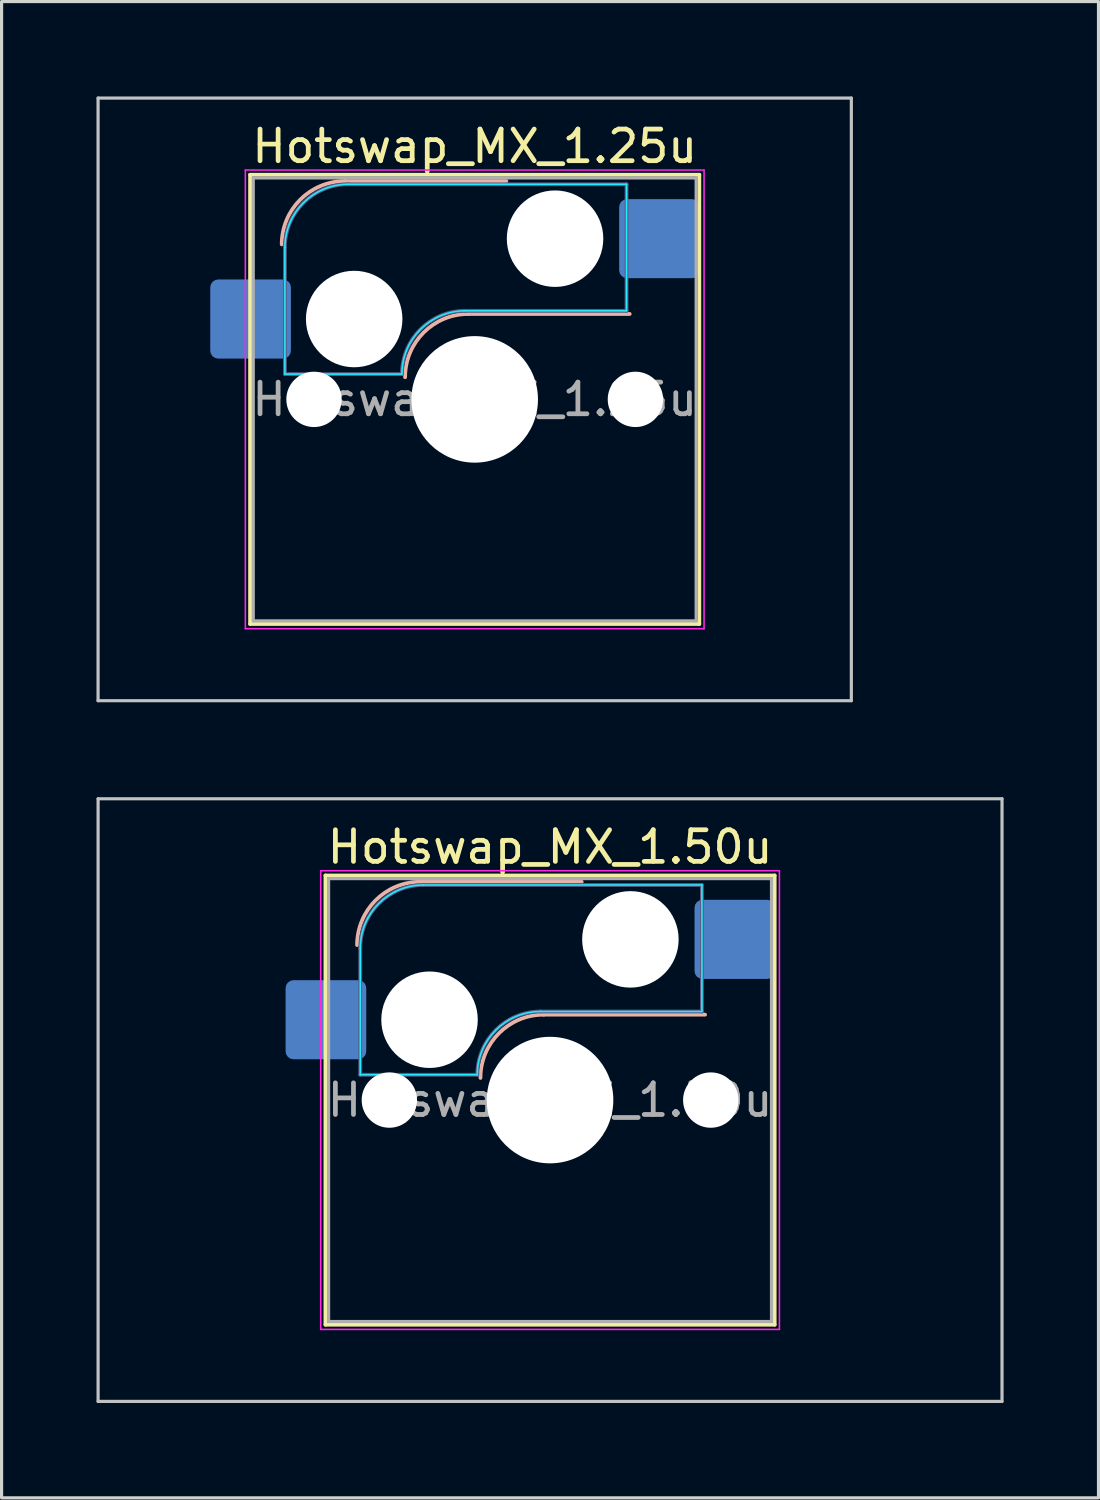
<source format=kicad_pcb>
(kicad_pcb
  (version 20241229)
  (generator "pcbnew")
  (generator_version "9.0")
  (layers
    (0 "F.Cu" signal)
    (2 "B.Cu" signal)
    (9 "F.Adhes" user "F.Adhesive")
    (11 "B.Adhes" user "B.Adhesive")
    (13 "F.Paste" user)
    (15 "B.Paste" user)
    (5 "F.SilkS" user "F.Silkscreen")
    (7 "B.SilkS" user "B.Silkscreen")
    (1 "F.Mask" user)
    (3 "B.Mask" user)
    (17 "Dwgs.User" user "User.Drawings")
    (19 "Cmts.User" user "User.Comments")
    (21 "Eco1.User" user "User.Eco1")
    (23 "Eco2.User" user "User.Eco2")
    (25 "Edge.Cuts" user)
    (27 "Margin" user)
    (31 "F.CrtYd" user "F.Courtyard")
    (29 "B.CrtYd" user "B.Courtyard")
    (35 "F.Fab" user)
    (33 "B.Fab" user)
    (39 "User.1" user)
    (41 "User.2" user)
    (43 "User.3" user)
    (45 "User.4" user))
  (footprint "Hotswap_MX_1.50u"
    (layer "F.Cu")
    (at 14.338 31.725)
    (property "Reference" "Hotswap_MX_1.50u" (at 0 -8 0) (layer "F.SilkS") (effects (font (size 1 1) (thickness 0.15))))
    (attr smd)
    (fp_line (start -7.1 -7.1) (end -7.1 7.1) (stroke (width 0.12) (type solid)) (layer "F.SilkS"))
    (fp_line (start -7.1 7.1) (end 7.1 7.1) (stroke (width 0.12) (type solid)) (layer "F.SilkS"))
    (fp_line (start 7.1 -7.1) (end -7.1 -7.1) (stroke (width 0.12) (type solid)) (layer "F.SilkS"))
    (fp_line (start 7.1 7.1) (end 7.1 -7.1) (stroke (width 0.12) (type solid)) (layer "F.SilkS"))
    (fp_line (start -4.1 -6.9) (end 1 -6.9) (stroke (width 0.12) (type solid)) (layer "B.SilkS"))
    (fp_line (start -0.2 -2.7) (end 4.9 -2.7) (stroke (width 0.12) (type solid)) (layer "B.SilkS"))
    (fp_arc (start -6.1 -4.9) (mid -5.514214 -6.314214) (end -4.1 -6.9) (stroke (width 0.12) (type solid)) (layer "B.SilkS"))
    (fp_arc (start -2.2 -0.7) (mid -1.614214 -2.114214) (end -0.2 -2.7) (stroke (width 0.12) (type solid)) (layer "B.SilkS"))
    (fp_line (start -14.287 -9.525) (end -14.287 9.525) (stroke (width 0.1) (type solid)) (layer "Dwgs.User"))
    (fp_line (start -14.287 9.525) (end 14.287 9.525) (stroke (width 0.1) (type solid)) (layer "Dwgs.User"))
    (fp_line (start 14.287 -9.525) (end -14.287 -9.525) (stroke (width 0.1) (type solid)) (layer "Dwgs.User"))
    (fp_line (start 14.287 9.525) (end 14.287 -9.525) (stroke (width 0.1) (type solid)) (layer "Dwgs.User"))
    (fp_line (start -7.8 -6) (end -7 -6) (stroke (width 0.1) (type solid)) (layer "Eco1.User"))
    (fp_line (start -7.8 -2.9) (end -7.8 -6) (stroke (width 0.1) (type solid)) (layer "Eco1.User"))
    (fp_line (start -7.8 2.9) (end -7 2.9) (stroke (width 0.1) (type solid)) (layer "Eco1.User"))
    (fp_line (start -7.8 6) (end -7.8 2.9) (stroke (width 0.1) (type solid)) (layer "Eco1.User"))
    (fp_line (start -7 -7) (end 7 -7) (stroke (width 0.1) (type solid)) (layer "Eco1.User"))
    (fp_line (start -7 -6) (end -7 -7) (stroke (width 0.1) (type solid)) (layer "Eco1.User"))
    (fp_line (start -7 -2.9) (end -7.8 -2.9) (stroke (width 0.1) (type solid)) (layer "Eco1.User"))
    (fp_line (start -7 2.9) (end -7 -2.9) (stroke (width 0.1) (type solid)) (layer "Eco1.User"))
    (fp_line (start -7 6) (end -7.8 6) (stroke (width 0.1) (type solid)) (layer "Eco1.User"))
    (fp_line (start -7 7) (end -7 6) (stroke (width 0.1) (type solid)) (layer "Eco1.User"))
    (fp_line (start 7 -7) (end 7 -6) (stroke (width 0.1) (type solid)) (layer "Eco1.User"))
    (fp_line (start 7 -6) (end 7.8 -6) (stroke (width 0.1) (type solid)) (layer "Eco1.User"))
    (fp_line (start 7 -2.9) (end 7 2.9) (stroke (width 0.1) (type solid)) (layer "Eco1.User"))
    (fp_line (start 7 2.9) (end 7.8 2.9) (stroke (width 0.1) (type solid)) (layer "Eco1.User"))
    (fp_line (start 7 6) (end 7 7) (stroke (width 0.1) (type solid)) (layer "Eco1.User"))
    (fp_line (start 7 7) (end -7 7) (stroke (width 0.1) (type solid)) (layer "Eco1.User"))
    (fp_line (start 7.8 -6) (end 7.8 -2.9) (stroke (width 0.1) (type solid)) (layer "Eco1.User"))
    (fp_line (start 7.8 -2.9) (end 7 -2.9) (stroke (width 0.1) (type solid)) (layer "Eco1.User"))
    (fp_line (start 7.8 2.9) (end 7.8 6) (stroke (width 0.1) (type solid)) (layer "Eco1.User"))
    (fp_line (start 7.8 6) (end 7 6) (stroke (width 0.1) (type solid)) (layer "Eco1.User"))
    (fp_line (start -6 -0.8) (end -6 -4.8) (stroke (width 0.05) (type solid)) (layer "B.CrtYd"))
    (fp_line (start -6 -0.8) (end -2.3 -0.8) (stroke (width 0.05) (type solid)) (layer "B.CrtYd"))
    (fp_line (start -4 -6.8) (end 4.8 -6.8) (stroke (width 0.05) (type solid)) (layer "B.CrtYd"))
    (fp_line (start -0.3 -2.8) (end 4.8 -2.8) (stroke (width 0.05) (type solid)) (layer "B.CrtYd"))
    (fp_line (start 4.8 -6.8) (end 4.8 -2.8) (stroke (width 0.05) (type solid)) (layer "B.CrtYd"))
    (fp_arc (start -6 -4.8) (mid -5.414214 -6.214214) (end -4 -6.8) (stroke (width 0.05) (type solid)) (layer "B.CrtYd"))
    (fp_arc (start -2.3 -0.8) (mid -1.714214 -2.214214) (end -0.3 -2.8) (stroke (width 0.05) (type solid)) (layer "B.CrtYd"))
    (fp_line (start -7.25 -7.25) (end -7.25 7.25) (stroke (width 0.05) (type solid)) (layer "F.CrtYd"))
    (fp_line (start -7.25 7.25) (end 7.25 7.25) (stroke (width 0.05) (type solid)) (layer "F.CrtYd"))
    (fp_line (start 7.25 -7.25) (end -7.25 -7.25) (stroke (width 0.05) (type solid)) (layer "F.CrtYd"))
    (fp_line (start 7.25 7.25) (end 7.25 -7.25) (stroke (width 0.05) (type solid)) (layer "F.CrtYd"))
    (fp_line (start -6 -0.8) (end -6 -4.8) (stroke (width 0.12) (type solid)) (layer "B.Fab"))
    (fp_line (start -6 -0.8) (end -2.3 -0.8) (stroke (width 0.12) (type solid)) (layer "B.Fab"))
    (fp_line (start -4 -6.8) (end 4.8 -6.8) (stroke (width 0.12) (type solid)) (layer "B.Fab"))
    (fp_line (start -0.3 -2.8) (end 4.8 -2.8) (stroke (width 0.12) (type solid)) (layer "B.Fab"))
    (fp_line (start 4.8 -6.8) (end 4.8 -2.8) (stroke (width 0.12) (type solid)) (layer "B.Fab"))
    (fp_arc (start -6 -4.8) (mid -5.414214 -6.214214) (end -4 -6.8) (stroke (width 0.12) (type solid)) (layer "B.Fab"))
    (fp_arc (start -2.3 -0.8) (mid -1.714214 -2.214214) (end -0.3 -2.8) (stroke (width 0.12) (type solid)) (layer "B.Fab"))
    (fp_line (start -7 -7) (end -7 7) (stroke (width 0.1) (type solid)) (layer "F.Fab"))
    (fp_line (start -7 7) (end 7 7) (stroke (width 0.1) (type solid)) (layer "F.Fab"))
    (fp_line (start 7 -7) (end -7 -7) (stroke (width 0.1) (type solid)) (layer "F.Fab"))
    (fp_line (start 7 7) (end 7 -7) (stroke (width 0.1) (type solid)) (layer "F.Fab"))
    (fp_text user "${REFERENCE}" (at 0 0 0) (layer "F.Fab") (effects (font (size 1 1) (thickness 0.15))))
    (pad "" np_thru_hole circle (at -5.08 0) (size 1.75 1.75) (drill 1.75) (layers "*.Cu" "*.Mask"))
    (pad "" np_thru_hole circle (at -3.81 -2.54) (size 3.05 3.05) (drill 3.05) (layers "*.Cu" "*.Mask"))
    (pad "" np_thru_hole circle (at 0 0) (size 4 4) (drill 4) (layers "*.Cu" "*.Mask"))
    (pad "" np_thru_hole circle (at 2.54 -5.08) (size 3.05 3.05) (drill 3.05) (layers "*.Cu" "*.Mask"))
    (pad "" np_thru_hole circle (at 5.08 0) (size 1.75 1.75) (drill 1.75) (layers "*.Cu" "*.Mask"))
    (pad "1" smd roundrect (at -7.085 -2.54) (size 2.55 2.5) (layers "B.Cu" "B.Mask" "B.Paste") (roundrect_rratio 0.1))
    (pad "2" smd roundrect (at 5.842 -5.08) (size 2.55 2.5) (layers "B.Cu" "B.Mask" "B.Paste") (roundrect_rratio 0.1)))
  (footprint "Hotswap_MX_1.25u"
    (layer "F.Cu")
    (at 11.956 9.575)
    (property "Reference" "Hotswap_MX_1.25u" (at 0 -8 0) (layer "F.SilkS") (effects (font (size 1 1) (thickness 0.15))))
    (attr smd)
    (fp_line (start -7.1 -7.1) (end -7.1 7.1) (stroke (width 0.12) (type solid)) (layer "F.SilkS"))
    (fp_line (start -7.1 7.1) (end 7.1 7.1) (stroke (width 0.12) (type solid)) (layer "F.SilkS"))
    (fp_line (start 7.1 -7.1) (end -7.1 -7.1) (stroke (width 0.12) (type solid)) (layer "F.SilkS"))
    (fp_line (start 7.1 7.1) (end 7.1 -7.1) (stroke (width 0.12) (type solid)) (layer "F.SilkS"))
    (fp_line (start -4.1 -6.9) (end 1 -6.9) (stroke (width 0.12) (type solid)) (layer "B.SilkS"))
    (fp_line (start -0.2 -2.7) (end 4.9 -2.7) (stroke (width 0.12) (type solid)) (layer "B.SilkS"))
    (fp_arc (start -6.1 -4.9) (mid -5.514214 -6.314214) (end -4.1 -6.9) (stroke (width 0.12) (type solid)) (layer "B.SilkS"))
    (fp_arc (start -2.2 -0.7) (mid -1.614214 -2.114214) (end -0.2 -2.7) (stroke (width 0.12) (type solid)) (layer "B.SilkS"))
    (fp_line (start -11.906 -9.525) (end -11.906 9.525) (stroke (width 0.1) (type solid)) (layer "Dwgs.User"))
    (fp_line (start -11.906 9.525) (end 11.906 9.525) (stroke (width 0.1) (type solid)) (layer "Dwgs.User"))
    (fp_line (start 11.906 -9.525) (end -11.906 -9.525) (stroke (width 0.1) (type solid)) (layer "Dwgs.User"))
    (fp_line (start 11.906 9.525) (end 11.906 -9.525) (stroke (width 0.1) (type solid)) (layer "Dwgs.User"))
    (fp_line (start -7.8 -6) (end -7 -6) (stroke (width 0.1) (type solid)) (layer "Eco1.User"))
    (fp_line (start -7.8 -2.9) (end -7.8 -6) (stroke (width 0.1) (type solid)) (layer "Eco1.User"))
    (fp_line (start -7.8 2.9) (end -7 2.9) (stroke (width 0.1) (type solid)) (layer "Eco1.User"))
    (fp_line (start -7.8 6) (end -7.8 2.9) (stroke (width 0.1) (type solid)) (layer "Eco1.User"))
    (fp_line (start -7 -7) (end 7 -7) (stroke (width 0.1) (type solid)) (layer "Eco1.User"))
    (fp_line (start -7 -6) (end -7 -7) (stroke (width 0.1) (type solid)) (layer "Eco1.User"))
    (fp_line (start -7 -2.9) (end -7.8 -2.9) (stroke (width 0.1) (type solid)) (layer "Eco1.User"))
    (fp_line (start -7 2.9) (end -7 -2.9) (stroke (width 0.1) (type solid)) (layer "Eco1.User"))
    (fp_line (start -7 6) (end -7.8 6) (stroke (width 0.1) (type solid)) (layer "Eco1.User"))
    (fp_line (start -7 7) (end -7 6) (stroke (width 0.1) (type solid)) (layer "Eco1.User"))
    (fp_line (start 7 -7) (end 7 -6) (stroke (width 0.1) (type solid)) (layer "Eco1.User"))
    (fp_line (start 7 -6) (end 7.8 -6) (stroke (width 0.1) (type solid)) (layer "Eco1.User"))
    (fp_line (start 7 -2.9) (end 7 2.9) (stroke (width 0.1) (type solid)) (layer "Eco1.User"))
    (fp_line (start 7 2.9) (end 7.8 2.9) (stroke (width 0.1) (type solid)) (layer "Eco1.User"))
    (fp_line (start 7 6) (end 7 7) (stroke (width 0.1) (type solid)) (layer "Eco1.User"))
    (fp_line (start 7 7) (end -7 7) (stroke (width 0.1) (type solid)) (layer "Eco1.User"))
    (fp_line (start 7.8 -6) (end 7.8 -2.9) (stroke (width 0.1) (type solid)) (layer "Eco1.User"))
    (fp_line (start 7.8 -2.9) (end 7 -2.9) (stroke (width 0.1) (type solid)) (layer "Eco1.User"))
    (fp_line (start 7.8 2.9) (end 7.8 6) (stroke (width 0.1) (type solid)) (layer "Eco1.User"))
    (fp_line (start 7.8 6) (end 7 6) (stroke (width 0.1) (type solid)) (layer "Eco1.User"))
    (fp_line (start -6 -0.8) (end -6 -4.8) (stroke (width 0.05) (type solid)) (layer "B.CrtYd"))
    (fp_line (start -6 -0.8) (end -2.3 -0.8) (stroke (width 0.05) (type solid)) (layer "B.CrtYd"))
    (fp_line (start -4 -6.8) (end 4.8 -6.8) (stroke (width 0.05) (type solid)) (layer "B.CrtYd"))
    (fp_line (start -0.3 -2.8) (end 4.8 -2.8) (stroke (width 0.05) (type solid)) (layer "B.CrtYd"))
    (fp_line (start 4.8 -6.8) (end 4.8 -2.8) (stroke (width 0.05) (type solid)) (layer "B.CrtYd"))
    (fp_arc (start -6 -4.8) (mid -5.414214 -6.214214) (end -4 -6.8) (stroke (width 0.05) (type solid)) (layer "B.CrtYd"))
    (fp_arc (start -2.3 -0.8) (mid -1.714214 -2.214214) (end -0.3 -2.8) (stroke (width 0.05) (type solid)) (layer "B.CrtYd"))
    (fp_line (start -7.25 -7.25) (end -7.25 7.25) (stroke (width 0.05) (type solid)) (layer "F.CrtYd"))
    (fp_line (start -7.25 7.25) (end 7.25 7.25) (stroke (width 0.05) (type solid)) (layer "F.CrtYd"))
    (fp_line (start 7.25 -7.25) (end -7.25 -7.25) (stroke (width 0.05) (type solid)) (layer "F.CrtYd"))
    (fp_line (start 7.25 7.25) (end 7.25 -7.25) (stroke (width 0.05) (type solid)) (layer "F.CrtYd"))
    (fp_line (start -6 -0.8) (end -6 -4.8) (stroke (width 0.12) (type solid)) (layer "B.Fab"))
    (fp_line (start -6 -0.8) (end -2.3 -0.8) (stroke (width 0.12) (type solid)) (layer "B.Fab"))
    (fp_line (start -4 -6.8) (end 4.8 -6.8) (stroke (width 0.12) (type solid)) (layer "B.Fab"))
    (fp_line (start -0.3 -2.8) (end 4.8 -2.8) (stroke (width 0.12) (type solid)) (layer "B.Fab"))
    (fp_line (start 4.8 -6.8) (end 4.8 -2.8) (stroke (width 0.12) (type solid)) (layer "B.Fab"))
    (fp_arc (start -6 -4.8) (mid -5.414214 -6.214214) (end -4 -6.8) (stroke (width 0.12) (type solid)) (layer "B.Fab"))
    (fp_arc (start -2.3 -0.8) (mid -1.714214 -2.214214) (end -0.3 -2.8) (stroke (width 0.12) (type solid)) (layer "B.Fab"))
    (fp_line (start -7 -7) (end -7 7) (stroke (width 0.1) (type solid)) (layer "F.Fab"))
    (fp_line (start -7 7) (end 7 7) (stroke (width 0.1) (type solid)) (layer "F.Fab"))
    (fp_line (start 7 -7) (end -7 -7) (stroke (width 0.1) (type solid)) (layer "F.Fab"))
    (fp_line (start 7 7) (end 7 -7) (stroke (width 0.1) (type solid)) (layer "F.Fab"))
    (fp_text user "${REFERENCE}" (at 0 0 0) (layer "F.Fab") (effects (font (size 1 1) (thickness 0.15))))
    (pad "" np_thru_hole circle (at -5.08 0) (size 1.75 1.75) (drill 1.75) (layers "*.Cu" "*.Mask"))
    (pad "" np_thru_hole circle (at -3.81 -2.54) (size 3.05 3.05) (drill 3.05) (layers "*.Cu" "*.Mask"))
    (pad "" np_thru_hole circle (at 0 0) (size 4 4) (drill 4) (layers "*.Cu" "*.Mask"))
    (pad "" np_thru_hole circle (at 2.54 -5.08) (size 3.05 3.05) (drill 3.05) (layers "*.Cu" "*.Mask"))
    (pad "" np_thru_hole circle (at 5.08 0) (size 1.75 1.75) (drill 1.75) (layers "*.Cu" "*.Mask"))
    (pad "1" smd roundrect (at -7.085 -2.54) (size 2.55 2.5) (layers "B.Cu" "B.Mask" "B.Paste") (roundrect_rratio 0.1))
    (pad "2" smd roundrect (at 5.842 -5.08) (size 2.55 2.5) (layers "B.Cu" "B.Mask" "B.Paste") (roundrect_rratio 0.1)))
  (gr_rect
    (start -3 -3)
    (end 31.675 44.3)
    (stroke (width 0.1) (type default))
    (fill no)
    (layer "Edge.Cuts")))
</source>
